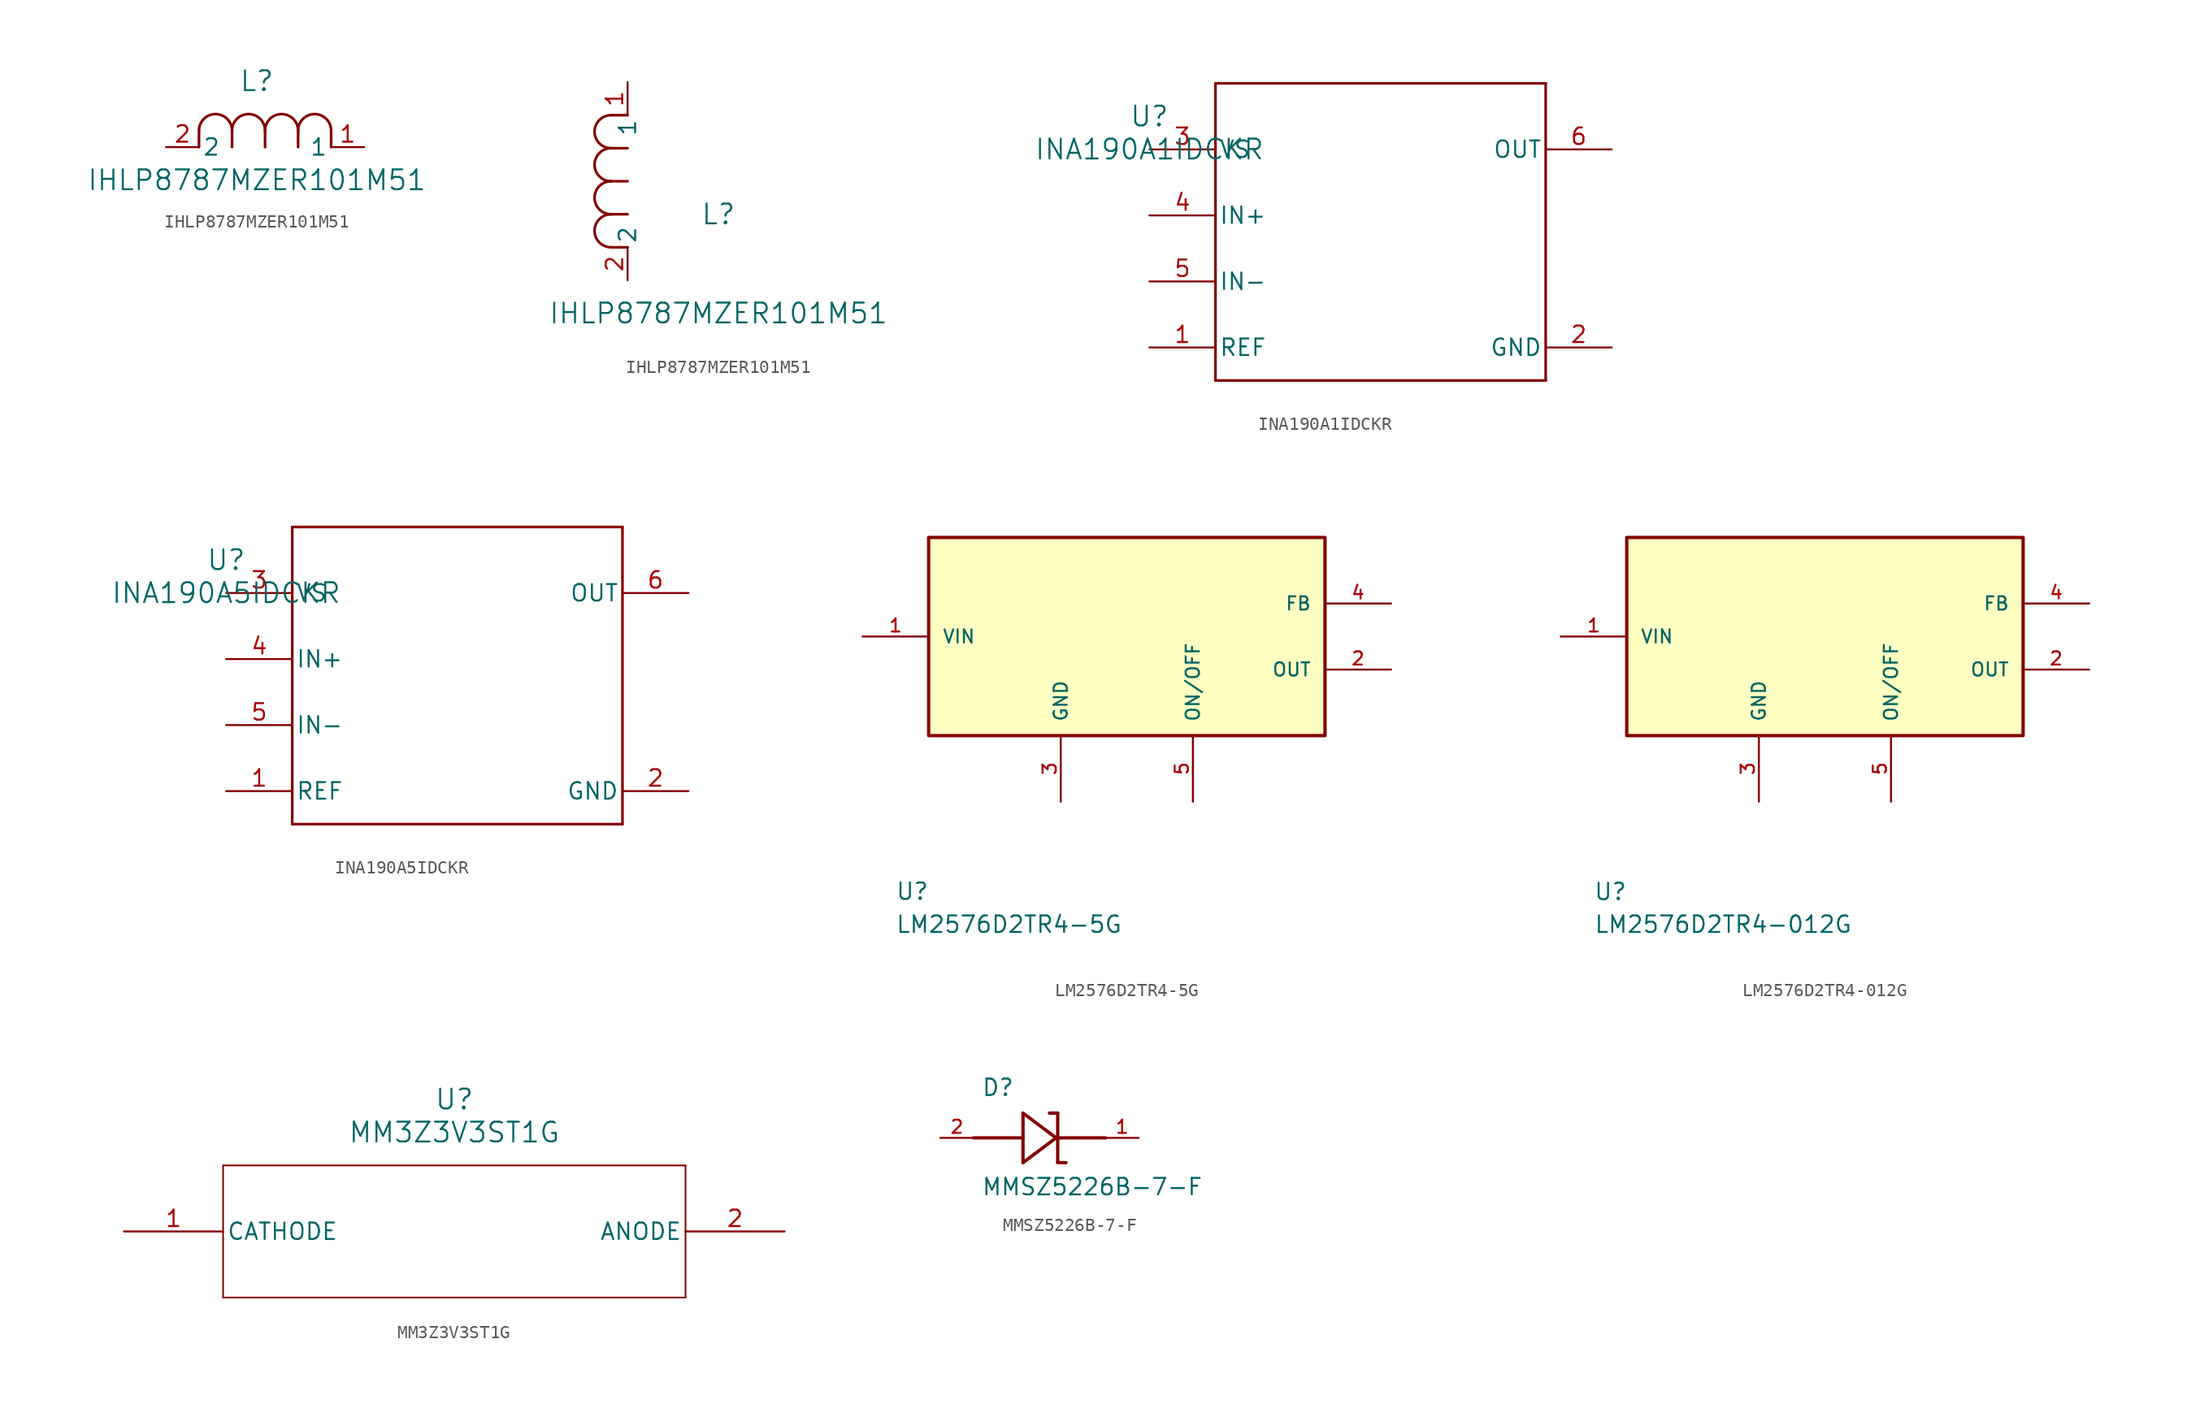
<source format=kicad_sym>
(kicad_symbol_lib
  (version 20220914)
  (generator kicad_symbol_editor)
  (symbol "IHLP8787MZER101M51"
    (pin_names
      (offset 0.254))
    (property "Reference" "L"
      (at 6.985 5.08 0)
      (effects (font (size 1.524 1.524))))
    (property "Value" "IHLP8787MZER101M51"
      (at 6.985 -2.54 0)
      (effects (font (size 1.524 1.524))))
    (property "ki_locked" ""
      (at 0 0 0)
      (effects (font (size 1.27 1.27))))
    (symbol "IHLP8787MZER101M51_1_1"
      (polyline (pts (xy 2.54 0) (xy 2.54 1.27)) (stroke (width 0.203) (type default)) (fill (type none)))
      (polyline (pts (xy 5.08 0) (xy 5.08 1.27)) (stroke (width 0.203) (type default)) (fill (type none)))
      (polyline (pts (xy 7.62 0) (xy 7.62 1.27)) (stroke (width 0.203) (type default)) (fill (type none)))
      (polyline (pts (xy 10.16 0) (xy 10.16 1.27)) (stroke (width 0.203) (type default)) (fill (type none)))
      (polyline (pts (xy 12.7 0) (xy 12.7 1.27)) (stroke (width 0.203) (type default)) (fill (type none)))
      (arc (start 5.08 1.27) (mid 3.81 2.5345) (end 2.54 1.27) (stroke (width 0.2032) (type default)) (fill (type none)))
      (arc (start 7.62 1.27) (mid 6.35 2.5345) (end 5.08 1.27) (stroke (width 0.2032) (type default)) (fill (type none)))
      (arc (start 10.16 1.27) (mid 8.89 2.5345) (end 7.62 1.27) (stroke (width 0.2032) (type default)) (fill (type none)))
      (arc (start 12.7 1.27) (mid 11.43 2.5345) (end 10.16 1.27) (stroke (width 0.2032) (type default)) (fill (type none)))
      (pin unspecified line (at 15.24 0 180) (length 2.54) (name "1" (effects (font (size 1.27 1.27)))) (number "1" (effects (font (size 1.27 1.27)))))
      (pin unspecified line (at 0 0 0) (length 2.54) (name "2" (effects (font (size 1.27 1.27)))) (number "2" (effects (font (size 1.27 1.27))))))
    (symbol "IHLP8787MZER101M51_1_2"
      (arc (start -1.27 5.08) (mid -2.5345 3.81) (end -1.27 2.54) (stroke (width 0.2032) (type default)) (fill (type none)))
      (arc (start -1.27 7.62) (mid -2.5345 6.35) (end -1.27 5.08) (stroke (width 0.2032) (type default)) (fill (type none)))
      (arc (start -1.27 10.16) (mid -2.5345 8.89) (end -1.27 7.62) (stroke (width 0.2032) (type default)) (fill (type none)))
      (arc (start -1.27 12.7) (mid -2.5345 11.43) (end -1.27 10.16) (stroke (width 0.2032) (type default)) (fill (type none)))
      (polyline (pts (xy 0 2.54) (xy -1.27 2.54)) (stroke (width 0.203) (type default)) (fill (type none)))
      (polyline (pts (xy 0 5.08) (xy -1.27 5.08)) (stroke (width 0.203) (type default)) (fill (type none)))
      (polyline (pts (xy 0 7.62) (xy -1.27 7.62)) (stroke (width 0.203) (type default)) (fill (type none)))
      (polyline (pts (xy 0 10.16) (xy -1.27 10.16)) (stroke (width 0.203) (type default)) (fill (type none)))
      (polyline (pts (xy 0 12.7) (xy -1.27 12.7)) (stroke (width 0.203) (type default)) (fill (type none)))
      (pin unspecified line (at 0 15.24 270) (length 2.54) (name "1" (effects (font (size 1.27 1.27)))) (number "1" (effects (font (size 1.27 1.27)))))
      (pin unspecified line (at 0 0 90) (length 2.54) (name "2" (effects (font (size 1.27 1.27)))) (number "2" (effects (font (size 1.27 1.27)))))))
  (symbol "INA190A1IDCKR"
    (pin_names
      (offset 0.254))
    (property "Reference" "U"
      (at 0 2.54 0)
      (effects (font (size 1.524 1.524))))
    (property "Value" "INA190A1IDCKR"
      (at 0 0 0)
      (effects (font (size 1.524 1.524))))
    (property "ki_locked" ""
      (at 0 0 0)
      (effects (font (size 1.27 1.27))))
    (symbol "INA190A1IDCKR_0_1"
      (polyline (pts (xy 5.08 -17.78) (xy 30.48 -17.78)) (stroke (width 0.203) (type default)) (fill (type none)))
      (polyline (pts (xy 5.08 5.08) (xy 5.08 -17.78)) (stroke (width 0.203) (type default)) (fill (type none)))
      (polyline (pts (xy 30.48 -17.78) (xy 30.48 5.08)) (stroke (width 0.203) (type default)) (fill (type none)))
      (polyline (pts (xy 30.48 5.08) (xy 5.08 5.08)) (stroke (width 0.203) (type default)) (fill (type none)))
      (pin unspecified line (at 0 -15.24 0) (length 5.08) (name "REF" (effects (font (size 1.27 1.27)))) (number "1" (effects (font (size 1.27 1.27)))))
      (pin power_in line (at 35.56 -15.24 180) (length 5.08) (name "GND" (effects (font (size 1.27 1.27)))) (number "2" (effects (font (size 1.27 1.27)))))
      (pin power_in line (at 0 0 0) (length 5.08) (name "VS" (effects (font (size 1.27 1.27)))) (number "3" (effects (font (size 1.27 1.27)))))
      (pin tri_state line (at 0 -5.08 0) (length 5.08) (name "IN+" (effects (font (size 1.27 1.27)))) (number "4" (effects (font (size 1.27 1.27)))))
      (pin tri_state line (at 0 -10.16 0) (length 5.08) (name "IN-" (effects (font (size 1.27 1.27)))) (number "5" (effects (font (size 1.27 1.27)))))
      (pin unspecified line (at 35.56 0 180) (length 5.08) (name "OUT" (effects (font (size 1.27 1.27)))) (number "6" (effects (font (size 1.27 1.27)))))))
  (symbol "INA190A5IDCKR"
    (pin_names
      (offset 0.254))
    (property "Reference" "U"
      (at 0 2.54 0)
      (effects (font (size 1.524 1.524))))
    (property "Value" "INA190A5IDCKR"
      (at 0 0 0)
      (effects (font (size 1.524 1.524))))
    (property "ki_locked" ""
      (at 0 0 0)
      (effects (font (size 1.27 1.27))))
    (symbol "INA190A5IDCKR_0_1"
      (polyline (pts (xy 5.08 -17.78) (xy 30.48 -17.78)) (stroke (width 0.203) (type default)) (fill (type none)))
      (polyline (pts (xy 5.08 5.08) (xy 5.08 -17.78)) (stroke (width 0.203) (type default)) (fill (type none)))
      (polyline (pts (xy 30.48 -17.78) (xy 30.48 5.08)) (stroke (width 0.203) (type default)) (fill (type none)))
      (polyline (pts (xy 30.48 5.08) (xy 5.08 5.08)) (stroke (width 0.203) (type default)) (fill (type none)))
      (pin unspecified line (at 0 -15.24 0) (length 5.08) (name "REF" (effects (font (size 1.27 1.27)))) (number "1" (effects (font (size 1.27 1.27)))))
      (pin power_in line (at 35.56 -15.24 180) (length 5.08) (name "GND" (effects (font (size 1.27 1.27)))) (number "2" (effects (font (size 1.27 1.27)))))
      (pin power_in line (at 0 0 0) (length 5.08) (name "VS" (effects (font (size 1.27 1.27)))) (number "3" (effects (font (size 1.27 1.27)))))
      (pin tri_state line (at 0 -5.08 0) (length 5.08) (name "IN+" (effects (font (size 1.27 1.27)))) (number "4" (effects (font (size 1.27 1.27)))))
      (pin tri_state line (at 0 -10.16 0) (length 5.08) (name "IN-" (effects (font (size 1.27 1.27)))) (number "5" (effects (font (size 1.27 1.27)))))
      (pin unspecified line (at 35.56 0 180) (length 5.08) (name "OUT" (effects (font (size 1.27 1.27)))) (number "6" (effects (font (size 1.27 1.27)))))))
  (symbol "LM2576D2TR4-5G"
    (pin_names
      (offset 1.016))
    (property "Reference" "U"
      (at -17.805 -20.345 0)
      (effects (font (size 1.27 1.27)) (justify left bottom)))
    (property "Value" "LM2576D2TR4-5G"
      (at -17.805 -22.885 0)
      (effects (font (size 1.27 1.27)) (justify left bottom)))
    (property "ki_locked" ""
      (at 0 0 0)
      (effects (font (size 1.27 1.27))))
    (symbol "LM2576D2TR4-5G_0_0"
      (rectangle (start -15.24 -7.62) (end 15.24 7.62) (stroke (width 0.254) (type solid)) (fill (type background)))
      (pin input line (at -20.32 0 0) (length 5.08) (name "VIN" (effects (font (size 1.016 1.016)))) (number "1" (effects (font (size 1.016 1.016)))))
      (pin output line (at 20.32 -2.54 180) (length 5.08) (name "OUT" (effects (font (size 1.016 1.016)))) (number "2" (effects (font (size 1.016 1.016)))))
      (pin passive line (at -5.08 -12.7 90) (length 5.08) (name "GND" (effects (font (size 1.016 1.016)))) (number "3" (effects (font (size 1.016 1.016)))))
      (pin output line (at 20.32 2.54 180) (length 5.08) (name "FB" (effects (font (size 1.016 1.016)))) (number "4" (effects (font (size 1.016 1.016)))))
      (pin input line (at 5.08 -12.7 90) (length 5.08) (name "ON/OFF" (effects (font (size 1.016 1.016)))) (number "5" (effects (font (size 1.016 1.016)))))))
  (symbol "LM2576D2TR4-012G"
    (pin_names
      (offset 1.016))
    (property "Reference" "U"
      (at -17.805 -20.371 0)
      (effects (font (size 1.27 1.27)) (justify left bottom)))
    (property "Value" "LM2576D2TR4-012G"
      (at -17.78 -22.885 0)
      (effects (font (size 1.27 1.27)) (justify left bottom)))
    (property "ki_locked" ""
      (at 0 0 0)
      (effects (font (size 1.27 1.27))))
    (symbol "LM2576D2TR4-012G_0_0"
      (rectangle (start -15.24 -7.62) (end 15.24 7.62) (stroke (width 0.254) (type solid)) (fill (type background)))
      (pin input line (at -20.32 0 0) (length 5.08) (name "VIN" (effects (font (size 1.016 1.016)))) (number "1" (effects (font (size 1.016 1.016)))))
      (pin output line (at 20.32 -2.54 180) (length 5.08) (name "OUT" (effects (font (size 1.016 1.016)))) (number "2" (effects (font (size 1.016 1.016)))))
      (pin passive line (at -5.08 -12.7 90) (length 5.08) (name "GND" (effects (font (size 1.016 1.016)))) (number "3" (effects (font (size 1.016 1.016)))))
      (pin output line (at 20.32 2.54 180) (length 5.08) (name "FB" (effects (font (size 1.016 1.016)))) (number "4" (effects (font (size 1.016 1.016)))))
      (pin input line (at 5.08 -12.7 90) (length 5.08) (name "ON/OFF" (effects (font (size 1.016 1.016)))) (number "5" (effects (font (size 1.016 1.016)))))))
  (symbol "MM3Z3V3ST1G"
    (pin_names
      (offset 0.254))
    (property "Reference" "U"
      (at 25.4 10.16 0)
      (effects (font (size 1.524 1.524))))
    (property "Value" "MM3Z3V3ST1G"
      (at 25.4 7.62 0)
      (effects (font (size 1.524 1.524))))
    (property "ki_locked" ""
      (at 0 0 0)
      (effects (font (size 1.27 1.27))))
    (symbol "MM3Z3V3ST1G_0_1"
      (polyline (pts (xy 7.62 -5.08) (xy 43.18 -5.08)) (stroke (width 0.127) (type default)) (fill (type none)))
      (polyline (pts (xy 7.62 5.08) (xy 7.62 -5.08)) (stroke (width 0.127) (type default)) (fill (type none)))
      (polyline (pts (xy 43.18 -5.08) (xy 43.18 5.08)) (stroke (width 0.127) (type default)) (fill (type none)))
      (polyline (pts (xy 43.18 5.08) (xy 7.62 5.08)) (stroke (width 0.127) (type default)) (fill (type none)))
      (pin unspecified line (at 0 0 0) (length 7.62) (name "CATHODE" (effects (font (size 1.27 1.27)))) (number "1" (effects (font (size 1.27 1.27)))))
      (pin unspecified line (at 50.8 0 180) (length 7.62) (name "ANODE" (effects (font (size 1.27 1.27)))) (number "2" (effects (font (size 1.27 1.27)))))))
  (symbol "MMSZ5226B-7-F"
    (pin_names
      (offset 1.016))
    (property "Reference" "D"
      (at -4.476 3.128 0)
      (effects (font (size 1.27 1.27)) (justify left bottom)))
    (property "Value" "MMSZ5226B-7-F"
      (at -4.483 -4.508 0)
      (effects (font (size 1.27 1.27)) (justify left bottom)))
    (symbol "MMSZ5226B-7-F_0_0"
      (polyline (pts (xy -5.08 0) (xy -1.27 0)) (stroke (width 0.254) (type default)) (fill (type none)))
      (polyline (pts (xy -1.27 -1.905) (xy 1.27 0)) (stroke (width 0.254) (type default)) (fill (type none)))
      (polyline (pts (xy -1.27 0) (xy -1.27 -1.905)) (stroke (width 0.254) (type default)) (fill (type none)))
      (polyline (pts (xy -1.27 1.905) (xy -1.27 0)) (stroke (width 0.254) (type default)) (fill (type none)))
      (polyline (pts (xy 1.27 0) (xy -1.27 1.905)) (stroke (width 0.254) (type default)) (fill (type none)))
      (polyline (pts (xy 1.397 -1.905) (xy 2.032 -1.905)) (stroke (width 0.254) (type default)) (fill (type none)))
      (polyline (pts (xy 1.397 1.905) (xy 0.762 1.905)) (stroke (width 0.254) (type default)) (fill (type none)))
      (polyline (pts (xy 1.397 1.905) (xy 1.397 -1.905)) (stroke (width 0.254) (type default)) (fill (type none)))
      (polyline (pts (xy 5.08 0) (xy 1.524 0)) (stroke (width 0.254) (type default)) (fill (type none)))
      (pin passive line (at 7.62 0 180) (length 2.54) (name "~" (effects (font (size 1.016 1.016)))) (number "1" (effects (font (size 1.016 1.016)))))
      (pin passive line (at -7.62 0 0) (length 2.54) (name "~" (effects (font (size 1.016 1.016)))) (number "2" (effects (font (size 1.016 1.016))))))))
</source>
